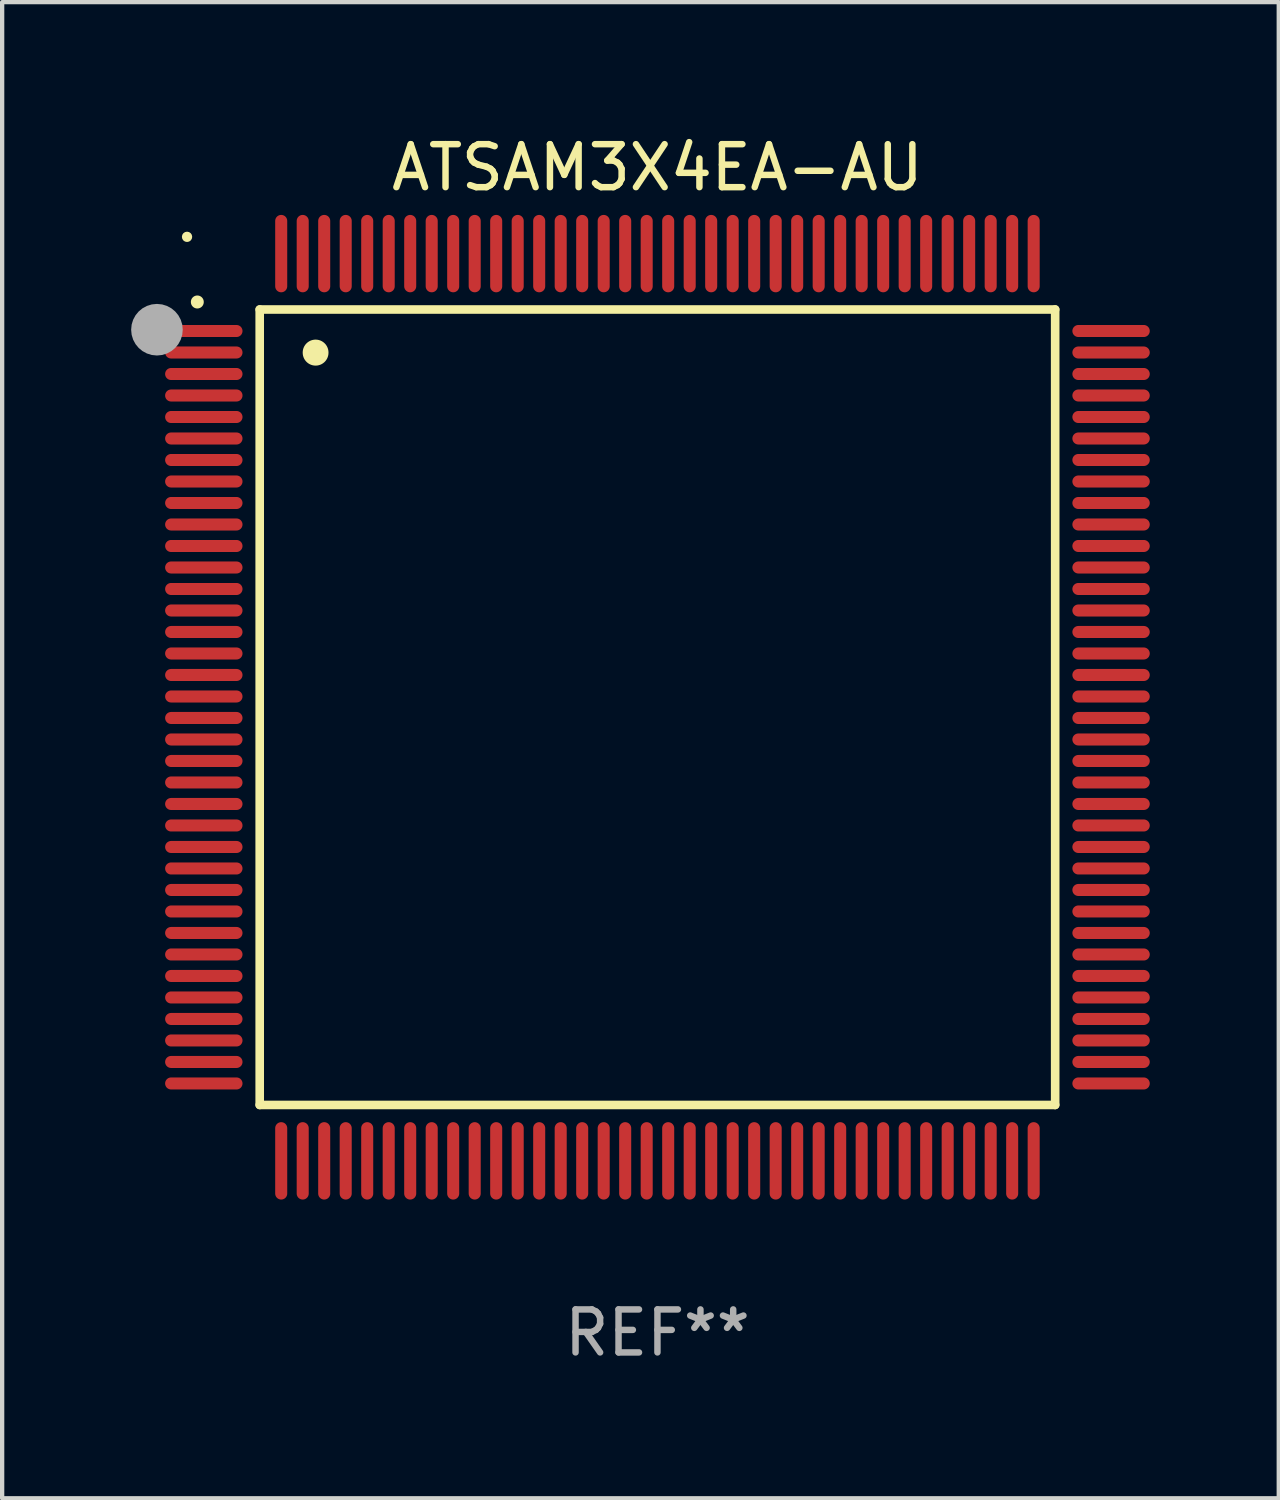
<source format=kicad_pcb>
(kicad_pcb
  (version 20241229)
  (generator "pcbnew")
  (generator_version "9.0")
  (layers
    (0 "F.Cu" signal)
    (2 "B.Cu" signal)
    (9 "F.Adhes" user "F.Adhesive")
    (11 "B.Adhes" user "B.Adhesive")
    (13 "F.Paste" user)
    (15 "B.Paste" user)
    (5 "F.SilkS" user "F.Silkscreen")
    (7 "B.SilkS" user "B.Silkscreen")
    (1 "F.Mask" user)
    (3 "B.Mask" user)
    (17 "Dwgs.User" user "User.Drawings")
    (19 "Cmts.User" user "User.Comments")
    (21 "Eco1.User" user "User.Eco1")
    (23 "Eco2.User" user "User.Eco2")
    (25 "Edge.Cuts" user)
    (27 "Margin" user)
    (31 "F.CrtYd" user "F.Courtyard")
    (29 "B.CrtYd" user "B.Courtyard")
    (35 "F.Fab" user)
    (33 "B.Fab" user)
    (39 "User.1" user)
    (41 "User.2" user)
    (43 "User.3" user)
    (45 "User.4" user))
  (footprint "ATSAM3X4EA-AU"
    (layer "F.Cu")
    (at 12.24 13.398)
    (property "Reference" "ATSAM3X4EA-AU" (at 0 -12.55 0) (layer "F.SilkS") (effects (font (size 1 1) (thickness 0.15))))
    (attr through_hole)
    (fp_line (start -9.25 -9.25) (end 9.25 -9.25) (stroke (width 0.2) (type solid)) (layer "F.SilkS"))
    (fp_line (start -9.25 9.25) (end -9.25 -9.25) (stroke (width 0.2) (type solid)) (layer "F.SilkS"))
    (fp_line (start 9.25 -9.25) (end 9.25 9.25) (stroke (width 0.2) (type solid)) (layer "F.SilkS"))
    (fp_line (start 9.25 9.25) (end -9.25 9.25) (stroke (width 0.2) (type solid)) (layer "F.SilkS"))
    (fp_arc (start -10.701041 -9.423419) (mid -10.701046 -9.424689) (end -10.701041 -9.425959) (stroke (width 0.3) (type solid)) (layer "F.SilkS"))
    (fp_arc (start -7.950216 -8.244856) (mid -7.950227 -8.247396) (end -7.950216 -8.249936) (stroke (width 0.6) (type solid)) (layer "F.SilkS"))
    (fp_circle (center -10.94 -10.94) (end -10.88 -10.94) (stroke (width 0.12) (type solid)) (fill no) (layer "F.SilkS"))
    (fp_circle (center -11.64 -8.78) (end -11.34 -8.78) (stroke (width 0.6) (type solid)) (fill no) (layer "F.Fab"))
    (fp_text user "REF**" (at 0 14.55 0) (layer "F.Fab") (effects (font (size 1 1) (thickness 0.15))))
    (pad "1" smd oval (at -10.55 -8.75 90) (size 0.28 1.8) (layers "F.Cu" "F.Mask" "F.Paste"))
    (pad "2" smd oval (at -10.55 -8.25 90) (size 0.28 1.8) (layers "F.Cu" "F.Mask" "F.Paste"))
    (pad "3" smd oval (at -10.55 -7.75 90) (size 0.28 1.8) (layers "F.Cu" "F.Mask" "F.Paste"))
    (pad "4" smd oval (at -10.55 -7.25 90) (size 0.28 1.8) (layers "F.Cu" "F.Mask" "F.Paste"))
    (pad "5" smd oval (at -10.55 -6.75 90) (size 0.28 1.8) (layers "F.Cu" "F.Mask" "F.Paste"))
    (pad "6" smd oval (at -10.55 -6.25 90) (size 0.28 1.8) (layers "F.Cu" "F.Mask" "F.Paste"))
    (pad "7" smd oval (at -10.55 -5.75 90) (size 0.28 1.8) (layers "F.Cu" "F.Mask" "F.Paste"))
    (pad "8" smd oval (at -10.55 -5.25 90) (size 0.28 1.8) (layers "F.Cu" "F.Mask" "F.Paste"))
    (pad "9" smd oval (at -10.55 -4.75 90) (size 0.28 1.8) (layers "F.Cu" "F.Mask" "F.Paste"))
    (pad "10" smd oval (at -10.55 -4.25 90) (size 0.28 1.8) (layers "F.Cu" "F.Mask" "F.Paste"))
    (pad "11" smd oval (at -10.55 -3.75 90) (size 0.28 1.8) (layers "F.Cu" "F.Mask" "F.Paste"))
    (pad "12" smd oval (at -10.55 -3.25 90) (size 0.28 1.8) (layers "F.Cu" "F.Mask" "F.Paste"))
    (pad "13" smd oval (at -10.55 -2.75 90) (size 0.28 1.8) (layers "F.Cu" "F.Mask" "F.Paste"))
    (pad "14" smd oval (at -10.55 -2.25 90) (size 0.28 1.8) (layers "F.Cu" "F.Mask" "F.Paste"))
    (pad "15" smd oval (at -10.55 -1.75 90) (size 0.28 1.8) (layers "F.Cu" "F.Mask" "F.Paste"))
    (pad "16" smd oval (at -10.55 -1.25 90) (size 0.28 1.8) (layers "F.Cu" "F.Mask" "F.Paste"))
    (pad "17" smd oval (at -10.55 -0.75 90) (size 0.28 1.8) (layers "F.Cu" "F.Mask" "F.Paste"))
    (pad "18" smd oval (at -10.55 -0.25 90) (size 0.28 1.8) (layers "F.Cu" "F.Mask" "F.Paste"))
    (pad "19" smd oval (at -10.55 0.25 90) (size 0.28 1.8) (layers "F.Cu" "F.Mask" "F.Paste"))
    (pad "20" smd oval (at -10.55 0.75 90) (size 0.28 1.8) (layers "F.Cu" "F.Mask" "F.Paste"))
    (pad "21" smd oval (at -10.55 1.25 90) (size 0.28 1.8) (layers "F.Cu" "F.Mask" "F.Paste"))
    (pad "22" smd oval (at -10.55 1.75 90) (size 0.28 1.8) (layers "F.Cu" "F.Mask" "F.Paste"))
    (pad "23" smd oval (at -10.55 2.25 90) (size 0.28 1.8) (layers "F.Cu" "F.Mask" "F.Paste"))
    (pad "24" smd oval (at -10.55 2.75 90) (size 0.28 1.8) (layers "F.Cu" "F.Mask" "F.Paste"))
    (pad "25" smd oval (at -10.55 3.25 90) (size 0.28 1.8) (layers "F.Cu" "F.Mask" "F.Paste"))
    (pad "26" smd oval (at -10.55 3.75 90) (size 0.28 1.8) (layers "F.Cu" "F.Mask" "F.Paste"))
    (pad "27" smd oval (at -10.55 4.25 90) (size 0.28 1.8) (layers "F.Cu" "F.Mask" "F.Paste"))
    (pad "28" smd oval (at -10.55 4.75 90) (size 0.28 1.8) (layers "F.Cu" "F.Mask" "F.Paste"))
    (pad "29" smd oval (at -10.55 5.25 90) (size 0.28 1.8) (layers "F.Cu" "F.Mask" "F.Paste"))
    (pad "30" smd oval (at -10.55 5.75 90) (size 0.28 1.8) (layers "F.Cu" "F.Mask" "F.Paste"))
    (pad "31" smd oval (at -10.55 6.25 90) (size 0.28 1.8) (layers "F.Cu" "F.Mask" "F.Paste"))
    (pad "32" smd oval (at -10.55 6.75 90) (size 0.28 1.8) (layers "F.Cu" "F.Mask" "F.Paste"))
    (pad "33" smd oval (at -10.55 7.25 90) (size 0.28 1.8) (layers "F.Cu" "F.Mask" "F.Paste"))
    (pad "34" smd oval (at -10.55 7.75 90) (size 0.28 1.8) (layers "F.Cu" "F.Mask" "F.Paste"))
    (pad "35" smd oval (at -10.55 8.25 90) (size 0.28 1.8) (layers "F.Cu" "F.Mask" "F.Paste"))
    (pad "36" smd oval (at -10.55 8.75 90) (size 0.28 1.8) (layers "F.Cu" "F.Mask" "F.Paste"))
    (pad "37" smd oval (at -8.75 10.55) (size 0.28 1.8) (layers "F.Cu" "F.Mask" "F.Paste"))
    (pad "38" smd oval (at -8.25 10.55) (size 0.28 1.8) (layers "F.Cu" "F.Mask" "F.Paste"))
    (pad "39" smd oval (at -7.75 10.55) (size 0.28 1.8) (layers "F.Cu" "F.Mask" "F.Paste"))
    (pad "40" smd oval (at -7.25 10.55) (size 0.28 1.8) (layers "F.Cu" "F.Mask" "F.Paste"))
    (pad "41" smd oval (at -6.75 10.55) (size 0.28 1.8) (layers "F.Cu" "F.Mask" "F.Paste"))
    (pad "42" smd oval (at -6.25 10.55) (size 0.28 1.8) (layers "F.Cu" "F.Mask" "F.Paste"))
    (pad "43" smd oval (at -5.75 10.55) (size 0.28 1.8) (layers "F.Cu" "F.Mask" "F.Paste"))
    (pad "44" smd oval (at -5.25 10.55) (size 0.28 1.8) (layers "F.Cu" "F.Mask" "F.Paste"))
    (pad "45" smd oval (at -4.75 10.55) (size 0.28 1.8) (layers "F.Cu" "F.Mask" "F.Paste"))
    (pad "46" smd oval (at -4.25 10.55) (size 0.28 1.8) (layers "F.Cu" "F.Mask" "F.Paste"))
    (pad "47" smd oval (at -3.75 10.55) (size 0.28 1.8) (layers "F.Cu" "F.Mask" "F.Paste"))
    (pad "48" smd oval (at -3.25 10.55) (size 0.28 1.8) (layers "F.Cu" "F.Mask" "F.Paste"))
    (pad "49" smd oval (at -2.75 10.55) (size 0.28 1.8) (layers "F.Cu" "F.Mask" "F.Paste"))
    (pad "50" smd oval (at -2.25 10.55) (size 0.28 1.8) (layers "F.Cu" "F.Mask" "F.Paste"))
    (pad "51" smd oval (at -1.75 10.55) (size 0.28 1.8) (layers "F.Cu" "F.Mask" "F.Paste"))
    (pad "52" smd oval (at -1.25 10.55) (size 0.28 1.8) (layers "F.Cu" "F.Mask" "F.Paste"))
    (pad "53" smd oval (at -0.75 10.55) (size 0.28 1.8) (layers "F.Cu" "F.Mask" "F.Paste"))
    (pad "54" smd oval (at -0.25 10.55) (size 0.28 1.8) (layers "F.Cu" "F.Mask" "F.Paste"))
    (pad "55" smd oval (at 0.25 10.55) (size 0.28 1.8) (layers "F.Cu" "F.Mask" "F.Paste"))
    (pad "56" smd oval (at 0.75 10.55) (size 0.28 1.8) (layers "F.Cu" "F.Mask" "F.Paste"))
    (pad "57" smd oval (at 1.25 10.55) (size 0.28 1.8) (layers "F.Cu" "F.Mask" "F.Paste"))
    (pad "58" smd oval (at 1.75 10.55) (size 0.28 1.8) (layers "F.Cu" "F.Mask" "F.Paste"))
    (pad "59" smd oval (at 2.25 10.55) (size 0.28 1.8) (layers "F.Cu" "F.Mask" "F.Paste"))
    (pad "60" smd oval (at 2.75 10.55) (size 0.28 1.8) (layers "F.Cu" "F.Mask" "F.Paste"))
    (pad "61" smd oval (at 3.25 10.55) (size 0.28 1.8) (layers "F.Cu" "F.Mask" "F.Paste"))
    (pad "62" smd oval (at 3.75 10.55) (size 0.28 1.8) (layers "F.Cu" "F.Mask" "F.Paste"))
    (pad "63" smd oval (at 4.25 10.55) (size 0.28 1.8) (layers "F.Cu" "F.Mask" "F.Paste"))
    (pad "64" smd oval (at 4.75 10.55) (size 0.28 1.8) (layers "F.Cu" "F.Mask" "F.Paste"))
    (pad "65" smd oval (at 5.25 10.55) (size 0.28 1.8) (layers "F.Cu" "F.Mask" "F.Paste"))
    (pad "66" smd oval (at 5.75 10.55) (size 0.28 1.8) (layers "F.Cu" "F.Mask" "F.Paste"))
    (pad "67" smd oval (at 6.25 10.55) (size 0.28 1.8) (layers "F.Cu" "F.Mask" "F.Paste"))
    (pad "68" smd oval (at 6.75 10.55) (size 0.28 1.8) (layers "F.Cu" "F.Mask" "F.Paste"))
    (pad "69" smd oval (at 7.25 10.55) (size 0.28 1.8) (layers "F.Cu" "F.Mask" "F.Paste"))
    (pad "70" smd oval (at 7.75 10.55) (size 0.28 1.8) (layers "F.Cu" "F.Mask" "F.Paste"))
    (pad "71" smd oval (at 8.25 10.55) (size 0.28 1.8) (layers "F.Cu" "F.Mask" "F.Paste"))
    (pad "72" smd oval (at 8.75 10.55) (size 0.28 1.8) (layers "F.Cu" "F.Mask" "F.Paste"))
    (pad "73" smd oval (at 10.55 8.75 90) (size 0.28 1.8) (layers "F.Cu" "F.Mask" "F.Paste"))
    (pad "74" smd oval (at 10.55 8.25 90) (size 0.28 1.8) (layers "F.Cu" "F.Mask" "F.Paste"))
    (pad "75" smd oval (at 10.55 7.75 90) (size 0.28 1.8) (layers "F.Cu" "F.Mask" "F.Paste"))
    (pad "76" smd oval (at 10.55 7.25 90) (size 0.28 1.8) (layers "F.Cu" "F.Mask" "F.Paste"))
    (pad "77" smd oval (at 10.55 6.75 90) (size 0.28 1.8) (layers "F.Cu" "F.Mask" "F.Paste"))
    (pad "78" smd oval (at 10.55 6.25 90) (size 0.28 1.8) (layers "F.Cu" "F.Mask" "F.Paste"))
    (pad "79" smd oval (at 10.55 5.75 90) (size 0.28 1.8) (layers "F.Cu" "F.Mask" "F.Paste"))
    (pad "80" smd oval (at 10.55 5.25 90) (size 0.28 1.8) (layers "F.Cu" "F.Mask" "F.Paste"))
    (pad "81" smd oval (at 10.55 4.75 90) (size 0.28 1.8) (layers "F.Cu" "F.Mask" "F.Paste"))
    (pad "82" smd oval (at 10.55 4.25 90) (size 0.28 1.8) (layers "F.Cu" "F.Mask" "F.Paste"))
    (pad "83" smd oval (at 10.55 3.75 90) (size 0.28 1.8) (layers "F.Cu" "F.Mask" "F.Paste"))
    (pad "84" smd oval (at 10.55 3.25 90) (size 0.28 1.8) (layers "F.Cu" "F.Mask" "F.Paste"))
    (pad "85" smd oval (at 10.55 2.75 90) (size 0.28 1.8) (layers "F.Cu" "F.Mask" "F.Paste"))
    (pad "86" smd oval (at 10.55 2.25 90) (size 0.28 1.8) (layers "F.Cu" "F.Mask" "F.Paste"))
    (pad "87" smd oval (at 10.55 1.75 90) (size 0.28 1.8) (layers "F.Cu" "F.Mask" "F.Paste"))
    (pad "88" smd oval (at 10.55 1.25 90) (size 0.28 1.8) (layers "F.Cu" "F.Mask" "F.Paste"))
    (pad "89" smd oval (at 10.55 0.75 90) (size 0.28 1.8) (layers "F.Cu" "F.Mask" "F.Paste"))
    (pad "90" smd oval (at 10.55 0.25 90) (size 0.28 1.8) (layers "F.Cu" "F.Mask" "F.Paste"))
    (pad "91" smd oval (at 10.55 -0.25 90) (size 0.28 1.8) (layers "F.Cu" "F.Mask" "F.Paste"))
    (pad "92" smd oval (at 10.55 -0.75 90) (size 0.28 1.8) (layers "F.Cu" "F.Mask" "F.Paste"))
    (pad "93" smd oval (at 10.55 -1.25 90) (size 0.28 1.8) (layers "F.Cu" "F.Mask" "F.Paste"))
    (pad "94" smd oval (at 10.55 -1.75 90) (size 0.28 1.8) (layers "F.Cu" "F.Mask" "F.Paste"))
    (pad "95" smd oval (at 10.55 -2.25 90) (size 0.28 1.8) (layers "F.Cu" "F.Mask" "F.Paste"))
    (pad "96" smd oval (at 10.55 -2.75 90) (size 0.28 1.8) (layers "F.Cu" "F.Mask" "F.Paste"))
    (pad "97" smd oval (at 10.55 -3.25 90) (size 0.28 1.8) (layers "F.Cu" "F.Mask" "F.Paste"))
    (pad "98" smd oval (at 10.55 -3.75 90) (size 0.28 1.8) (layers "F.Cu" "F.Mask" "F.Paste"))
    (pad "99" smd oval (at 10.55 -4.25 90) (size 0.28 1.8) (layers "F.Cu" "F.Mask" "F.Paste"))
    (pad "100" smd oval (at 10.55 -4.75 90) (size 0.28 1.8) (layers "F.Cu" "F.Mask" "F.Paste"))
    (pad "101" smd oval (at 10.55 -5.25 90) (size 0.28 1.8) (layers "F.Cu" "F.Mask" "F.Paste"))
    (pad "102" smd oval (at 10.55 -5.75 90) (size 0.28 1.8) (layers "F.Cu" "F.Mask" "F.Paste"))
    (pad "103" smd oval (at 10.55 -6.25 90) (size 0.28 1.8) (layers "F.Cu" "F.Mask" "F.Paste"))
    (pad "104" smd oval (at 10.55 -6.75 90) (size 0.28 1.8) (layers "F.Cu" "F.Mask" "F.Paste"))
    (pad "105" smd oval (at 10.55 -7.25 90) (size 0.28 1.8) (layers "F.Cu" "F.Mask" "F.Paste"))
    (pad "106" smd oval (at 10.55 -7.75 90) (size 0.28 1.8) (layers "F.Cu" "F.Mask" "F.Paste"))
    (pad "107" smd oval (at 10.55 -8.25 90) (size 0.28 1.8) (layers "F.Cu" "F.Mask" "F.Paste"))
    (pad "108" smd oval (at 10.55 -8.75 90) (size 0.28 1.8) (layers "F.Cu" "F.Mask" "F.Paste"))
    (pad "109" smd oval (at 8.75 -10.55) (size 0.28 1.8) (layers "F.Cu" "F.Mask" "F.Paste"))
    (pad "110" smd oval (at 8.25 -10.55) (size 0.28 1.8) (layers "F.Cu" "F.Mask" "F.Paste"))
    (pad "111" smd oval (at 7.75 -10.55) (size 0.28 1.8) (layers "F.Cu" "F.Mask" "F.Paste"))
    (pad "112" smd oval (at 7.25 -10.55) (size 0.28 1.8) (layers "F.Cu" "F.Mask" "F.Paste"))
    (pad "113" smd oval (at 6.75 -10.55) (size 0.28 1.8) (layers "F.Cu" "F.Mask" "F.Paste"))
    (pad "114" smd oval (at 6.25 -10.55) (size 0.28 1.8) (layers "F.Cu" "F.Mask" "F.Paste"))
    (pad "115" smd oval (at 5.75 -10.55) (size 0.28 1.8) (layers "F.Cu" "F.Mask" "F.Paste"))
    (pad "116" smd oval (at 5.25 -10.55) (size 0.28 1.8) (layers "F.Cu" "F.Mask" "F.Paste"))
    (pad "117" smd oval (at 4.75 -10.55) (size 0.28 1.8) (layers "F.Cu" "F.Mask" "F.Paste"))
    (pad "118" smd oval (at 4.25 -10.55) (size 0.28 1.8) (layers "F.Cu" "F.Mask" "F.Paste"))
    (pad "119" smd oval (at 3.75 -10.55) (size 0.28 1.8) (layers "F.Cu" "F.Mask" "F.Paste"))
    (pad "120" smd oval (at 3.25 -10.55) (size 0.28 1.8) (layers "F.Cu" "F.Mask" "F.Paste"))
    (pad "121" smd oval (at 2.75 -10.55) (size 0.28 1.8) (layers "F.Cu" "F.Mask" "F.Paste"))
    (pad "122" smd oval (at 2.25 -10.55) (size 0.28 1.8) (layers "F.Cu" "F.Mask" "F.Paste"))
    (pad "123" smd oval (at 1.75 -10.55) (size 0.28 1.8) (layers "F.Cu" "F.Mask" "F.Paste"))
    (pad "124" smd oval (at 1.25 -10.55) (size 0.28 1.8) (layers "F.Cu" "F.Mask" "F.Paste"))
    (pad "125" smd oval (at 0.75 -10.55) (size 0.28 1.8) (layers "F.Cu" "F.Mask" "F.Paste"))
    (pad "126" smd oval (at 0.25 -10.55) (size 0.28 1.8) (layers "F.Cu" "F.Mask" "F.Paste"))
    (pad "127" smd oval (at -0.25 -10.55) (size 0.28 1.8) (layers "F.Cu" "F.Mask" "F.Paste"))
    (pad "128" smd oval (at -0.75 -10.55) (size 0.28 1.8) (layers "F.Cu" "F.Mask" "F.Paste"))
    (pad "129" smd oval (at -1.25 -10.55) (size 0.28 1.8) (layers "F.Cu" "F.Mask" "F.Paste"))
    (pad "130" smd oval (at -1.75 -10.55) (size 0.28 1.8) (layers "F.Cu" "F.Mask" "F.Paste"))
    (pad "131" smd oval (at -2.25 -10.55) (size 0.28 1.8) (layers "F.Cu" "F.Mask" "F.Paste"))
    (pad "132" smd oval (at -2.75 -10.55) (size 0.28 1.8) (layers "F.Cu" "F.Mask" "F.Paste"))
    (pad "133" smd oval (at -3.25 -10.55) (size 0.28 1.8) (layers "F.Cu" "F.Mask" "F.Paste"))
    (pad "134" smd oval (at -3.75 -10.55) (size 0.28 1.8) (layers "F.Cu" "F.Mask" "F.Paste"))
    (pad "135" smd oval (at -4.25 -10.55) (size 0.28 1.8) (layers "F.Cu" "F.Mask" "F.Paste"))
    (pad "136" smd oval (at -4.75 -10.55) (size 0.28 1.8) (layers "F.Cu" "F.Mask" "F.Paste"))
    (pad "137" smd oval (at -5.25 -10.55) (size 0.28 1.8) (layers "F.Cu" "F.Mask" "F.Paste"))
    (pad "138" smd oval (at -5.75 -10.55) (size 0.28 1.8) (layers "F.Cu" "F.Mask" "F.Paste"))
    (pad "139" smd oval (at -6.25 -10.55) (size 0.28 1.8) (layers "F.Cu" "F.Mask" "F.Paste"))
    (pad "140" smd oval (at -6.75 -10.55) (size 0.28 1.8) (layers "F.Cu" "F.Mask" "F.Paste"))
    (pad "141" smd oval (at -7.25 -10.55) (size 0.28 1.8) (layers "F.Cu" "F.Mask" "F.Paste"))
    (pad "142" smd oval (at -7.75 -10.55) (size 0.28 1.8) (layers "F.Cu" "F.Mask" "F.Paste"))
    (pad "143" smd oval (at -8.25 -10.55) (size 0.28 1.8) (layers "F.Cu" "F.Mask" "F.Paste"))
    (pad "144" smd oval (at -8.75 -10.55) (size 0.28 1.8) (layers "F.Cu" "F.Mask" "F.Paste")))
  (gr_rect
    (start -3 -3)
    (end 26.69 31.796)
    (stroke (width 0.1) (type default))
    (fill no)
    (layer "Edge.Cuts")))
</source>
